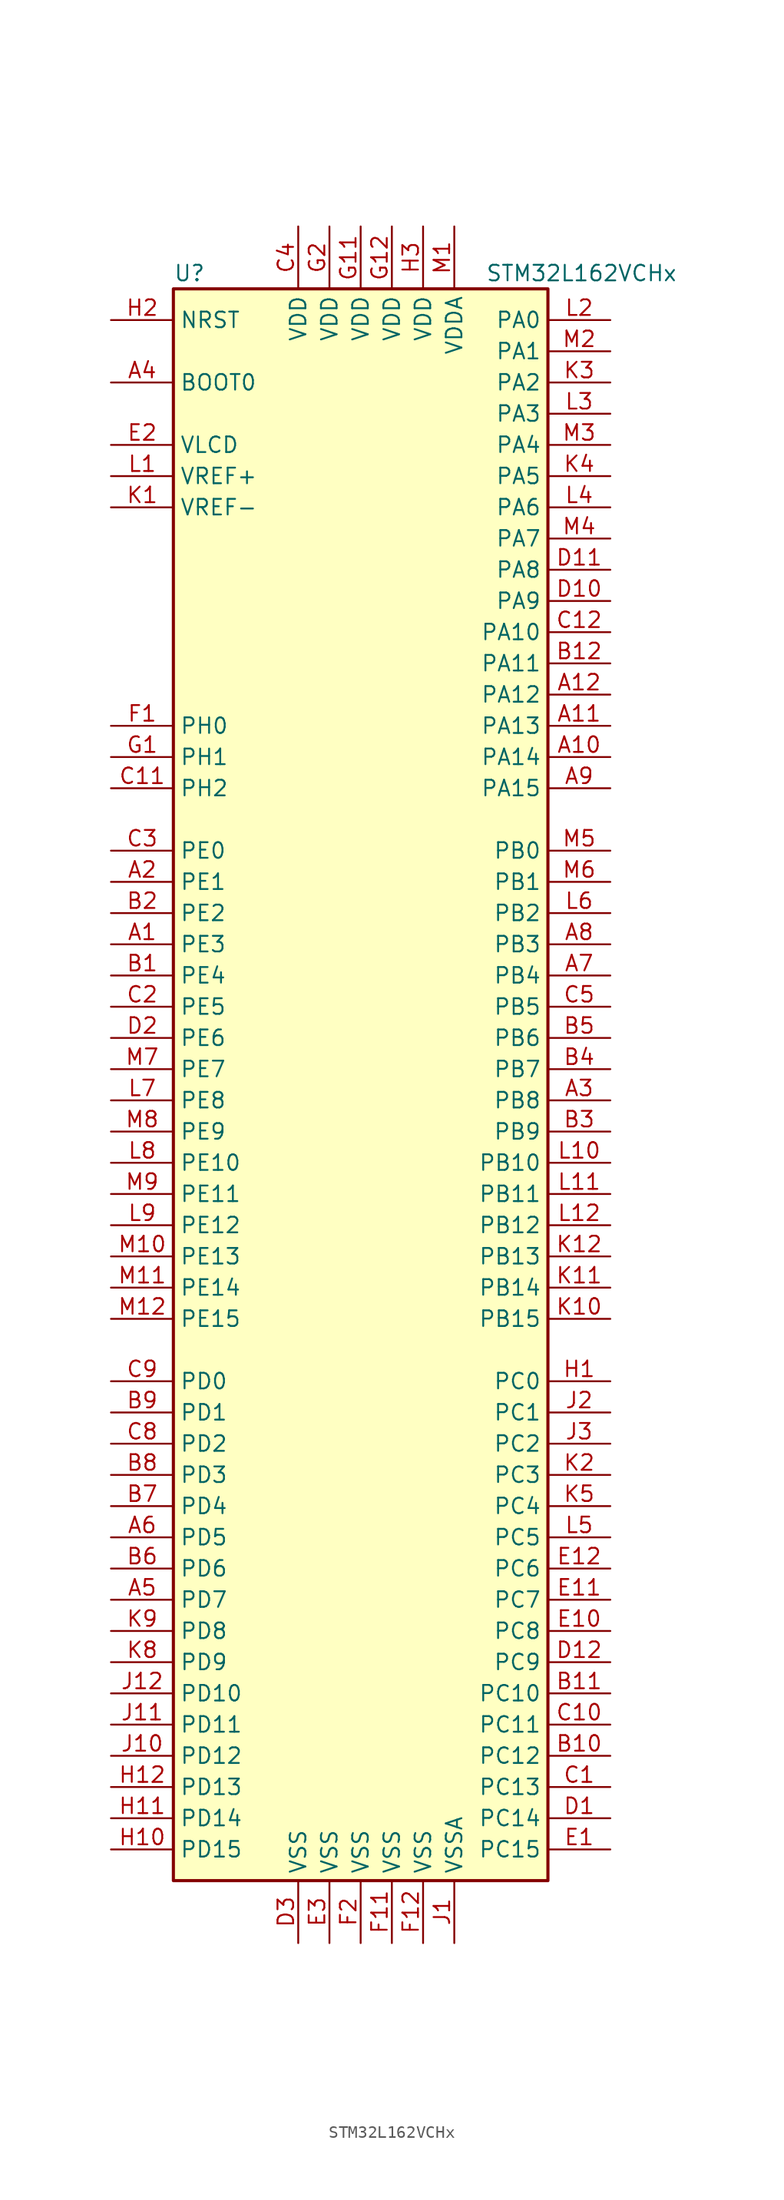
<source format=kicad_sym>
(kicad_symbol_lib
  (version 20201005)
  (generator kicad_symbol_editor)
  (symbol "STM32L162VCHx"
    (property "Reference" "U"
      (at -15.24 64.77 0)
      (effects (font (size 1.27 1.27)) (justify left)))
    (property "Value" "STM32L162VCHx"
      (at 10.16 64.77 0)
      (effects (font (size 1.27 1.27)) (justify left)))
    (symbol "STM32L162VCHx_0_1"
      (rectangle (start -15.24 -66.04) (end 15.24 63.5) (stroke (width 0.254)) (fill (type background))))
    (symbol "STM32L162VCHx_1_1"
      (pin input line (at -20.32 55.88 0) (length 5.08) (name "BOOT0" (effects (font (size 1.27 1.27)))) (number "A4" (effects (font (size 1.27 1.27)))))
      (pin input line (at -20.32 60.96 0) (length 5.08) (name "NRST" (effects (font (size 1.27 1.27)))) (number "H2" (effects (font (size 1.27 1.27)))))
      (pin bidirectional line (at 20.32 60.96 180) (length 5.08) (name "PA0" (effects (font (size 1.27 1.27)))) (number "L2" (effects (font (size 1.27 1.27)))))
      (pin bidirectional line (at 20.32 58.42 180) (length 5.08) (name "PA1" (effects (font (size 1.27 1.27)))) (number "M2" (effects (font (size 1.27 1.27)))))
      (pin bidirectional line (at 20.32 35.56 180) (length 5.08) (name "PA10" (effects (font (size 1.27 1.27)))) (number "C12" (effects (font (size 1.27 1.27)))))
      (pin bidirectional line (at 20.32 33.02 180) (length 5.08) (name "PA11" (effects (font (size 1.27 1.27)))) (number "B12" (effects (font (size 1.27 1.27)))))
      (pin bidirectional line (at 20.32 30.48 180) (length 5.08) (name "PA12" (effects (font (size 1.27 1.27)))) (number "A12" (effects (font (size 1.27 1.27)))))
      (pin bidirectional line (at 20.32 27.94 180) (length 5.08) (name "PA13" (effects (font (size 1.27 1.27)))) (number "A11" (effects (font (size 1.27 1.27)))))
      (pin bidirectional line (at 20.32 25.4 180) (length 5.08) (name "PA14" (effects (font (size 1.27 1.27)))) (number "A10" (effects (font (size 1.27 1.27)))))
      (pin bidirectional line (at 20.32 22.86 180) (length 5.08) (name "PA15" (effects (font (size 1.27 1.27)))) (number "A9" (effects (font (size 1.27 1.27)))))
      (pin bidirectional line (at 20.32 55.88 180) (length 5.08) (name "PA2" (effects (font (size 1.27 1.27)))) (number "K3" (effects (font (size 1.27 1.27)))))
      (pin bidirectional line (at 20.32 53.34 180) (length 5.08) (name "PA3" (effects (font (size 1.27 1.27)))) (number "L3" (effects (font (size 1.27 1.27)))))
      (pin bidirectional line (at 20.32 50.8 180) (length 5.08) (name "PA4" (effects (font (size 1.27 1.27)))) (number "M3" (effects (font (size 1.27 1.27)))))
      (pin bidirectional line (at 20.32 48.26 180) (length 5.08) (name "PA5" (effects (font (size 1.27 1.27)))) (number "K4" (effects (font (size 1.27 1.27)))))
      (pin bidirectional line (at 20.32 45.72 180) (length 5.08) (name "PA6" (effects (font (size 1.27 1.27)))) (number "L4" (effects (font (size 1.27 1.27)))))
      (pin bidirectional line (at 20.32 43.18 180) (length 5.08) (name "PA7" (effects (font (size 1.27 1.27)))) (number "M4" (effects (font (size 1.27 1.27)))))
      (pin bidirectional line (at 20.32 40.64 180) (length 5.08) (name "PA8" (effects (font (size 1.27 1.27)))) (number "D11" (effects (font (size 1.27 1.27)))))
      (pin bidirectional line (at 20.32 38.1 180) (length 5.08) (name "PA9" (effects (font (size 1.27 1.27)))) (number "D10" (effects (font (size 1.27 1.27)))))
      (pin bidirectional line (at 20.32 17.78 180) (length 5.08) (name "PB0" (effects (font (size 1.27 1.27)))) (number "M5" (effects (font (size 1.27 1.27)))))
      (pin bidirectional line (at 20.32 15.24 180) (length 5.08) (name "PB1" (effects (font (size 1.27 1.27)))) (number "M6" (effects (font (size 1.27 1.27)))))
      (pin bidirectional line (at 20.32 -7.62 180) (length 5.08) (name "PB10" (effects (font (size 1.27 1.27)))) (number "L10" (effects (font (size 1.27 1.27)))))
      (pin bidirectional line (at 20.32 -10.16 180) (length 5.08) (name "PB11" (effects (font (size 1.27 1.27)))) (number "L11" (effects (font (size 1.27 1.27)))))
      (pin bidirectional line (at 20.32 -12.7 180) (length 5.08) (name "PB12" (effects (font (size 1.27 1.27)))) (number "L12" (effects (font (size 1.27 1.27)))))
      (pin bidirectional line (at 20.32 -15.24 180) (length 5.08) (name "PB13" (effects (font (size 1.27 1.27)))) (number "K12" (effects (font (size 1.27 1.27)))))
      (pin bidirectional line (at 20.32 -17.78 180) (length 5.08) (name "PB14" (effects (font (size 1.27 1.27)))) (number "K11" (effects (font (size 1.27 1.27)))))
      (pin bidirectional line (at 20.32 -20.32 180) (length 5.08) (name "PB15" (effects (font (size 1.27 1.27)))) (number "K10" (effects (font (size 1.27 1.27)))))
      (pin bidirectional line (at 20.32 12.7 180) (length 5.08) (name "PB2" (effects (font (size 1.27 1.27)))) (number "L6" (effects (font (size 1.27 1.27)))))
      (pin bidirectional line (at 20.32 10.16 180) (length 5.08) (name "PB3" (effects (font (size 1.27 1.27)))) (number "A8" (effects (font (size 1.27 1.27)))))
      (pin bidirectional line (at 20.32 7.62 180) (length 5.08) (name "PB4" (effects (font (size 1.27 1.27)))) (number "A7" (effects (font (size 1.27 1.27)))))
      (pin bidirectional line (at 20.32 5.08 180) (length 5.08) (name "PB5" (effects (font (size 1.27 1.27)))) (number "C5" (effects (font (size 1.27 1.27)))))
      (pin bidirectional line (at 20.32 2.54 180) (length 5.08) (name "PB6" (effects (font (size 1.27 1.27)))) (number "B5" (effects (font (size 1.27 1.27)))))
      (pin bidirectional line (at 20.32 0 180) (length 5.08) (name "PB7" (effects (font (size 1.27 1.27)))) (number "B4" (effects (font (size 1.27 1.27)))))
      (pin bidirectional line (at 20.32 -2.54 180) (length 5.08) (name "PB8" (effects (font (size 1.27 1.27)))) (number "A3" (effects (font (size 1.27 1.27)))))
      (pin bidirectional line (at 20.32 -5.08 180) (length 5.08) (name "PB9" (effects (font (size 1.27 1.27)))) (number "B3" (effects (font (size 1.27 1.27)))))
      (pin bidirectional line (at 20.32 -25.4 180) (length 5.08) (name "PC0" (effects (font (size 1.27 1.27)))) (number "H1" (effects (font (size 1.27 1.27)))))
      (pin bidirectional line (at 20.32 -27.94 180) (length 5.08) (name "PC1" (effects (font (size 1.27 1.27)))) (number "J2" (effects (font (size 1.27 1.27)))))
      (pin bidirectional line (at 20.32 -50.8 180) (length 5.08) (name "PC10" (effects (font (size 1.27 1.27)))) (number "B11" (effects (font (size 1.27 1.27)))))
      (pin bidirectional line (at 20.32 -53.34 180) (length 5.08) (name "PC11" (effects (font (size 1.27 1.27)))) (number "C10" (effects (font (size 1.27 1.27)))))
      (pin bidirectional line (at 20.32 -55.88 180) (length 5.08) (name "PC12" (effects (font (size 1.27 1.27)))) (number "B10" (effects (font (size 1.27 1.27)))))
      (pin bidirectional line (at 20.32 -58.42 180) (length 5.08) (name "PC13" (effects (font (size 1.27 1.27)))) (number "C1" (effects (font (size 1.27 1.27)))))
      (pin bidirectional line (at 20.32 -60.96 180) (length 5.08) (name "PC14" (effects (font (size 1.27 1.27)))) (number "D1" (effects (font (size 1.27 1.27)))))
      (pin bidirectional line (at 20.32 -63.5 180) (length 5.08) (name "PC15" (effects (font (size 1.27 1.27)))) (number "E1" (effects (font (size 1.27 1.27)))))
      (pin bidirectional line (at 20.32 -30.48 180) (length 5.08) (name "PC2" (effects (font (size 1.27 1.27)))) (number "J3" (effects (font (size 1.27 1.27)))))
      (pin bidirectional line (at 20.32 -33.02 180) (length 5.08) (name "PC3" (effects (font (size 1.27 1.27)))) (number "K2" (effects (font (size 1.27 1.27)))))
      (pin bidirectional line (at 20.32 -35.56 180) (length 5.08) (name "PC4" (effects (font (size 1.27 1.27)))) (number "K5" (effects (font (size 1.27 1.27)))))
      (pin bidirectional line (at 20.32 -38.1 180) (length 5.08) (name "PC5" (effects (font (size 1.27 1.27)))) (number "L5" (effects (font (size 1.27 1.27)))))
      (pin bidirectional line (at 20.32 -40.64 180) (length 5.08) (name "PC6" (effects (font (size 1.27 1.27)))) (number "E12" (effects (font (size 1.27 1.27)))))
      (pin bidirectional line (at 20.32 -43.18 180) (length 5.08) (name "PC7" (effects (font (size 1.27 1.27)))) (number "E11" (effects (font (size 1.27 1.27)))))
      (pin bidirectional line (at 20.32 -45.72 180) (length 5.08) (name "PC8" (effects (font (size 1.27 1.27)))) (number "E10" (effects (font (size 1.27 1.27)))))
      (pin bidirectional line (at 20.32 -48.26 180) (length 5.08) (name "PC9" (effects (font (size 1.27 1.27)))) (number "D12" (effects (font (size 1.27 1.27)))))
      (pin bidirectional line (at -20.32 -25.4 0) (length 5.08) (name "PD0" (effects (font (size 1.27 1.27)))) (number "C9" (effects (font (size 1.27 1.27)))))
      (pin bidirectional line (at -20.32 -27.94 0) (length 5.08) (name "PD1" (effects (font (size 1.27 1.27)))) (number "B9" (effects (font (size 1.27 1.27)))))
      (pin bidirectional line (at -20.32 -50.8 0) (length 5.08) (name "PD10" (effects (font (size 1.27 1.27)))) (number "J12" (effects (font (size 1.27 1.27)))))
      (pin bidirectional line (at -20.32 -53.34 0) (length 5.08) (name "PD11" (effects (font (size 1.27 1.27)))) (number "J11" (effects (font (size 1.27 1.27)))))
      (pin bidirectional line (at -20.32 -55.88 0) (length 5.08) (name "PD12" (effects (font (size 1.27 1.27)))) (number "J10" (effects (font (size 1.27 1.27)))))
      (pin bidirectional line (at -20.32 -58.42 0) (length 5.08) (name "PD13" (effects (font (size 1.27 1.27)))) (number "H12" (effects (font (size 1.27 1.27)))))
      (pin bidirectional line (at -20.32 -60.96 0) (length 5.08) (name "PD14" (effects (font (size 1.27 1.27)))) (number "H11" (effects (font (size 1.27 1.27)))))
      (pin bidirectional line (at -20.32 -63.5 0) (length 5.08) (name "PD15" (effects (font (size 1.27 1.27)))) (number "H10" (effects (font (size 1.27 1.27)))))
      (pin bidirectional line (at -20.32 -30.48 0) (length 5.08) (name "PD2" (effects (font (size 1.27 1.27)))) (number "C8" (effects (font (size 1.27 1.27)))))
      (pin bidirectional line (at -20.32 -33.02 0) (length 5.08) (name "PD3" (effects (font (size 1.27 1.27)))) (number "B8" (effects (font (size 1.27 1.27)))))
      (pin bidirectional line (at -20.32 -35.56 0) (length 5.08) (name "PD4" (effects (font (size 1.27 1.27)))) (number "B7" (effects (font (size 1.27 1.27)))))
      (pin bidirectional line (at -20.32 -38.1 0) (length 5.08) (name "PD5" (effects (font (size 1.27 1.27)))) (number "A6" (effects (font (size 1.27 1.27)))))
      (pin bidirectional line (at -20.32 -40.64 0) (length 5.08) (name "PD6" (effects (font (size 1.27 1.27)))) (number "B6" (effects (font (size 1.27 1.27)))))
      (pin bidirectional line (at -20.32 -43.18 0) (length 5.08) (name "PD7" (effects (font (size 1.27 1.27)))) (number "A5" (effects (font (size 1.27 1.27)))))
      (pin bidirectional line (at -20.32 -45.72 0) (length 5.08) (name "PD8" (effects (font (size 1.27 1.27)))) (number "K9" (effects (font (size 1.27 1.27)))))
      (pin bidirectional line (at -20.32 -48.26 0) (length 5.08) (name "PD9" (effects (font (size 1.27 1.27)))) (number "K8" (effects (font (size 1.27 1.27)))))
      (pin bidirectional line (at -20.32 17.78 0) (length 5.08) (name "PE0" (effects (font (size 1.27 1.27)))) (number "C3" (effects (font (size 1.27 1.27)))))
      (pin bidirectional line (at -20.32 15.24 0) (length 5.08) (name "PE1" (effects (font (size 1.27 1.27)))) (number "A2" (effects (font (size 1.27 1.27)))))
      (pin bidirectional line (at -20.32 -7.62 0) (length 5.08) (name "PE10" (effects (font (size 1.27 1.27)))) (number "L8" (effects (font (size 1.27 1.27)))))
      (pin bidirectional line (at -20.32 -10.16 0) (length 5.08) (name "PE11" (effects (font (size 1.27 1.27)))) (number "M9" (effects (font (size 1.27 1.27)))))
      (pin bidirectional line (at -20.32 -12.7 0) (length 5.08) (name "PE12" (effects (font (size 1.27 1.27)))) (number "L9" (effects (font (size 1.27 1.27)))))
      (pin bidirectional line (at -20.32 -15.24 0) (length 5.08) (name "PE13" (effects (font (size 1.27 1.27)))) (number "M10" (effects (font (size 1.27 1.27)))))
      (pin bidirectional line (at -20.32 -17.78 0) (length 5.08) (name "PE14" (effects (font (size 1.27 1.27)))) (number "M11" (effects (font (size 1.27 1.27)))))
      (pin bidirectional line (at -20.32 -20.32 0) (length 5.08) (name "PE15" (effects (font (size 1.27 1.27)))) (number "M12" (effects (font (size 1.27 1.27)))))
      (pin bidirectional line (at -20.32 12.7 0) (length 5.08) (name "PE2" (effects (font (size 1.27 1.27)))) (number "B2" (effects (font (size 1.27 1.27)))))
      (pin bidirectional line (at -20.32 10.16 0) (length 5.08) (name "PE3" (effects (font (size 1.27 1.27)))) (number "A1" (effects (font (size 1.27 1.27)))))
      (pin bidirectional line (at -20.32 7.62 0) (length 5.08) (name "PE4" (effects (font (size 1.27 1.27)))) (number "B1" (effects (font (size 1.27 1.27)))))
      (pin bidirectional line (at -20.32 5.08 0) (length 5.08) (name "PE5" (effects (font (size 1.27 1.27)))) (number "C2" (effects (font (size 1.27 1.27)))))
      (pin bidirectional line (at -20.32 2.54 0) (length 5.08) (name "PE6" (effects (font (size 1.27 1.27)))) (number "D2" (effects (font (size 1.27 1.27)))))
      (pin bidirectional line (at -20.32 0 0) (length 5.08) (name "PE7" (effects (font (size 1.27 1.27)))) (number "M7" (effects (font (size 1.27 1.27)))))
      (pin bidirectional line (at -20.32 -2.54 0) (length 5.08) (name "PE8" (effects (font (size 1.27 1.27)))) (number "L7" (effects (font (size 1.27 1.27)))))
      (pin bidirectional line (at -20.32 -5.08 0) (length 5.08) (name "PE9" (effects (font (size 1.27 1.27)))) (number "M8" (effects (font (size 1.27 1.27)))))
      (pin input line (at -20.32 27.94 0) (length 5.08) (name "PH0" (effects (font (size 1.27 1.27)))) (number "F1" (effects (font (size 1.27 1.27)))))
      (pin input line (at -20.32 25.4 0) (length 5.08) (name "PH1" (effects (font (size 1.27 1.27)))) (number "G1" (effects (font (size 1.27 1.27)))))
      (pin bidirectional line (at -20.32 22.86 0) (length 5.08) (name "PH2" (effects (font (size 1.27 1.27)))) (number "C11" (effects (font (size 1.27 1.27)))))
      (pin power_in line (at -5.08 68.58 270) (length 5.08) (name "VDD" (effects (font (size 1.27 1.27)))) (number "C4" (effects (font (size 1.27 1.27)))))
      (pin power_in line (at 0 68.58 270) (length 5.08) (name "VDD" (effects (font (size 1.27 1.27)))) (number "G11" (effects (font (size 1.27 1.27)))))
      (pin power_in line (at 2.54 68.58 270) (length 5.08) (name "VDD" (effects (font (size 1.27 1.27)))) (number "G12" (effects (font (size 1.27 1.27)))))
      (pin power_in line (at -2.54 68.58 270) (length 5.08) (name "VDD" (effects (font (size 1.27 1.27)))) (number "G2" (effects (font (size 1.27 1.27)))))
      (pin power_in line (at 5.08 68.58 270) (length 5.08) (name "VDD" (effects (font (size 1.27 1.27)))) (number "H3" (effects (font (size 1.27 1.27)))))
      (pin power_in line (at 7.62 68.58 270) (length 5.08) (name "VDDA" (effects (font (size 1.27 1.27)))) (number "M1" (effects (font (size 1.27 1.27)))))
      (pin power_in line (at -20.32 50.8 0) (length 5.08) (name "VLCD" (effects (font (size 1.27 1.27)))) (number "E2" (effects (font (size 1.27 1.27)))))
      (pin power_in line (at -20.32 48.26 0) (length 5.08) (name "VREF+" (effects (font (size 1.27 1.27)))) (number "L1" (effects (font (size 1.27 1.27)))))
      (pin power_in line (at -20.32 45.72 0) (length 5.08) (name "VREF-" (effects (font (size 1.27 1.27)))) (number "K1" (effects (font (size 1.27 1.27)))))
      (pin power_in line (at -5.08 -71.12 90) (length 5.08) (name "VSS" (effects (font (size 1.27 1.27)))) (number "D3" (effects (font (size 1.27 1.27)))))
      (pin power_in line (at -2.54 -71.12 90) (length 5.08) (name "VSS" (effects (font (size 1.27 1.27)))) (number "E3" (effects (font (size 1.27 1.27)))))
      (pin power_in line (at 2.54 -71.12 90) (length 5.08) (name "VSS" (effects (font (size 1.27 1.27)))) (number "F11" (effects (font (size 1.27 1.27)))))
      (pin power_in line (at 5.08 -71.12 90) (length 5.08) (name "VSS" (effects (font (size 1.27 1.27)))) (number "F12" (effects (font (size 1.27 1.27)))))
      (pin power_in line (at 0 -71.12 90) (length 5.08) (name "VSS" (effects (font (size 1.27 1.27)))) (number "F2" (effects (font (size 1.27 1.27)))))
      (pin power_in line (at 7.62 -71.12 90) (length 5.08) (name "VSSA" (effects (font (size 1.27 1.27)))) (number "J1" (effects (font (size 1.27 1.27))))))))
</source>
